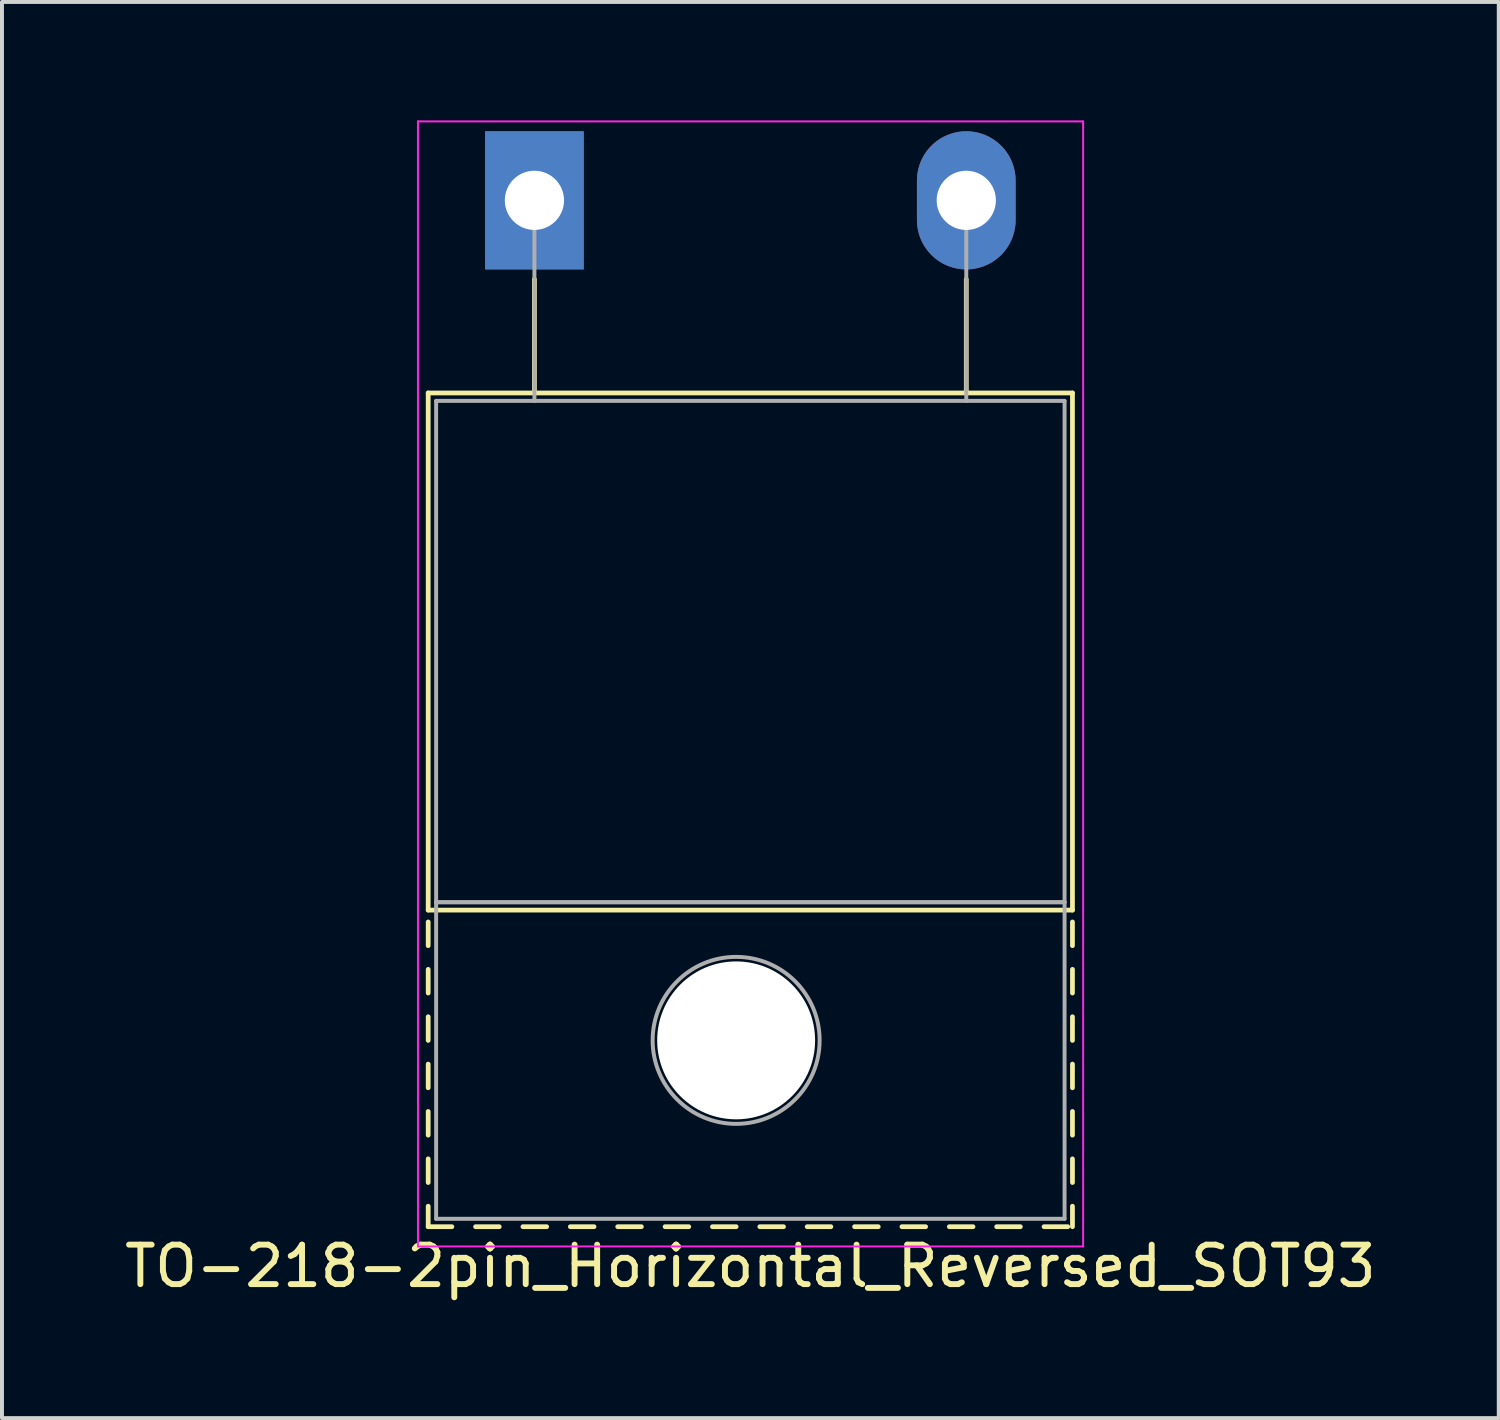
<source format=kicad_pcb>
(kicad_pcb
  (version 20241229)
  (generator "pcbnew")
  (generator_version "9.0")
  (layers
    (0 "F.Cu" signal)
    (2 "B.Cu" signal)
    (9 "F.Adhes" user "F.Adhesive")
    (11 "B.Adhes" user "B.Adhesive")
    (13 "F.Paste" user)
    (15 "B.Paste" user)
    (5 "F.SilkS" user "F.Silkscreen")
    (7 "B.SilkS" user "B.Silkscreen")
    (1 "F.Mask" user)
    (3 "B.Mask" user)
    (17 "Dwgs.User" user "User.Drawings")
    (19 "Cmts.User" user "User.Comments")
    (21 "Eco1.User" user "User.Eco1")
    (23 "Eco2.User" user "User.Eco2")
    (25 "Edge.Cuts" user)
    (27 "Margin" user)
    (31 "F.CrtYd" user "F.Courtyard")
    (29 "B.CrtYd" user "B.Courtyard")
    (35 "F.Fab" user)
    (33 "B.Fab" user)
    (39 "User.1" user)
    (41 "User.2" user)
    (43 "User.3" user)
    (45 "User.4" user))
  (footprint "TO-218-2pin_Horizontal_Reversed_SOT93"
    (layer "F.Cu")
    (at 10.488 2.025)
    (property "Reference" "TO-218-2pin_Horizontal_Reversed_SOT93" (at 5.47 27 0) (layer "F.SilkS") (effects (font (size 1 1) (thickness 0.15))))
    (attr through_hole)
    (fp_line (start -2.691 4.88) (end -2.691 17.98) (stroke (width 0.12) (type solid)) (layer "F.SilkS"))
    (fp_line (start -2.691 4.88) (end 13.63 4.88) (stroke (width 0.12) (type solid)) (layer "F.SilkS"))
    (fp_line (start -2.691 17.98) (end 13.63 17.98) (stroke (width 0.12) (type solid)) (layer "F.SilkS"))
    (fp_line (start -2.691 18.28) (end -2.691 18.881) (stroke (width 0.12) (type solid)) (layer "F.SilkS"))
    (fp_line (start -2.691 19.481) (end -2.691 20.081) (stroke (width 0.12) (type solid)) (layer "F.SilkS"))
    (fp_line (start -2.691 20.681) (end -2.691 21.281) (stroke (width 0.12) (type solid)) (layer "F.SilkS"))
    (fp_line (start -2.691 21.881) (end -2.691 22.481) (stroke (width 0.12) (type solid)) (layer "F.SilkS"))
    (fp_line (start -2.691 23.081) (end -2.691 23.681) (stroke (width 0.12) (type solid)) (layer "F.SilkS"))
    (fp_line (start -2.691 24.281) (end -2.691 24.881) (stroke (width 0.12) (type solid)) (layer "F.SilkS"))
    (fp_line (start -2.691 25.481) (end -2.691 26) (stroke (width 0.12) (type solid)) (layer "F.SilkS"))
    (fp_line (start -2.691 26) (end -2.091 26) (stroke (width 0.12) (type solid)) (layer "F.SilkS"))
    (fp_line (start -1.491 26) (end -0.891 26) (stroke (width 0.12) (type solid)) (layer "F.SilkS"))
    (fp_line (start -0.291 26) (end 0.31 26) (stroke (width 0.12) (type solid)) (layer "F.SilkS"))
    (fp_line (start 0 2) (end 0 4.88) (stroke (width 0.12) (type solid)) (layer "F.SilkS"))
    (fp_line (start 0.91 26) (end 1.51 26) (stroke (width 0.12) (type solid)) (layer "F.SilkS"))
    (fp_line (start 2.11 26) (end 2.71 26) (stroke (width 0.12) (type solid)) (layer "F.SilkS"))
    (fp_line (start 3.31 26) (end 3.91 26) (stroke (width 0.12) (type solid)) (layer "F.SilkS"))
    (fp_line (start 4.51 26) (end 5.11 26) (stroke (width 0.12) (type solid)) (layer "F.SilkS"))
    (fp_line (start 5.71 26) (end 6.31 26) (stroke (width 0.12) (type solid)) (layer "F.SilkS"))
    (fp_line (start 6.91 26) (end 7.51 26) (stroke (width 0.12) (type solid)) (layer "F.SilkS"))
    (fp_line (start 8.11 26) (end 8.71 26) (stroke (width 0.12) (type solid)) (layer "F.SilkS"))
    (fp_line (start 9.31 26) (end 9.91 26) (stroke (width 0.12) (type solid)) (layer "F.SilkS"))
    (fp_line (start 10.51 26) (end 11.11 26) (stroke (width 0.12) (type solid)) (layer "F.SilkS"))
    (fp_line (start 10.94 2) (end 10.94 4.88) (stroke (width 0.12) (type solid)) (layer "F.SilkS"))
    (fp_line (start 11.71 26) (end 12.31 26) (stroke (width 0.12) (type solid)) (layer "F.SilkS"))
    (fp_line (start 12.91 26) (end 13.51 26) (stroke (width 0.12) (type solid)) (layer "F.SilkS"))
    (fp_line (start 13.63 4.88) (end 13.63 17.98) (stroke (width 0.12) (type solid)) (layer "F.SilkS"))
    (fp_line (start 13.63 18.28) (end 13.63 18.881) (stroke (width 0.12) (type solid)) (layer "F.SilkS"))
    (fp_line (start 13.63 19.481) (end 13.63 20.081) (stroke (width 0.12) (type solid)) (layer "F.SilkS"))
    (fp_line (start 13.63 20.681) (end 13.63 21.281) (stroke (width 0.12) (type solid)) (layer "F.SilkS"))
    (fp_line (start 13.63 21.881) (end 13.63 22.481) (stroke (width 0.12) (type solid)) (layer "F.SilkS"))
    (fp_line (start 13.63 23.081) (end 13.63 23.681) (stroke (width 0.12) (type solid)) (layer "F.SilkS"))
    (fp_line (start 13.63 24.281) (end 13.63 24.881) (stroke (width 0.12) (type solid)) (layer "F.SilkS"))
    (fp_line (start 13.63 25.481) (end 13.63 26) (stroke (width 0.12) (type solid)) (layer "F.SilkS"))
    (fp_line (start -2.95 -2) (end -2.95 26.5) (stroke (width 0.05) (type solid)) (layer "F.CrtYd"))
    (fp_line (start -2.95 26.5) (end 13.9 26.5) (stroke (width 0.05) (type solid)) (layer "F.CrtYd"))
    (fp_line (start 13.9 -2) (end -2.95 -2) (stroke (width 0.05) (type solid)) (layer "F.CrtYd"))
    (fp_line (start 13.9 26.5) (end 13.9 -2) (stroke (width 0.05) (type solid)) (layer "F.CrtYd"))
    (fp_line (start -2.49 5.08) (end -2.49 17.78) (stroke (width 0.1) (type solid)) (layer "F.Fab"))
    (fp_line (start -2.49 17.78) (end -2.49 25.8) (stroke (width 0.1) (type solid)) (layer "F.Fab"))
    (fp_line (start -2.49 17.78) (end 13.43 17.78) (stroke (width 0.1) (type solid)) (layer "F.Fab"))
    (fp_line (start -2.49 25.8) (end 13.43 25.8) (stroke (width 0.1) (type solid)) (layer "F.Fab"))
    (fp_line (start 0 5.08) (end 0 0) (stroke (width 0.1) (type solid)) (layer "F.Fab"))
    (fp_line (start 10.94 5.08) (end 10.94 0) (stroke (width 0.1) (type solid)) (layer "F.Fab"))
    (fp_line (start 13.43 5.08) (end -2.49 5.08) (stroke (width 0.1) (type solid)) (layer "F.Fab"))
    (fp_line (start 13.43 17.78) (end -2.49 17.78) (stroke (width 0.1) (type solid)) (layer "F.Fab"))
    (fp_line (start 13.43 17.78) (end 13.43 5.08) (stroke (width 0.1) (type solid)) (layer "F.Fab"))
    (fp_line (start 13.43 25.8) (end 13.43 17.78) (stroke (width 0.1) (type solid)) (layer "F.Fab"))
    (fp_circle (center 5.11 21.28) (end 7.225 21.28) (stroke (width 0.1) (type solid)) (fill no) (layer "F.Fab"))
    (pad "" np_thru_hole oval (at 5.11 21.28) (size 4 4) (drill 4) (layers "*.Cu" "*.Mask"))
    (pad "1" thru_hole rect (at 0 0) (size 2.5 3.5) (drill 1.5) (layers "*.Cu" "*.Mask"))
    (pad "2" thru_hole oval (at 10.94 0) (size 2.5 3.5) (drill 1.5) (layers "*.Cu" "*.Mask")))
  (gr_rect
    (start -3 -3)
    (end 34.917 32.873)
    (stroke (width 0.1) (type default))
    (fill no)
    (layer "Edge.Cuts")))
</source>
